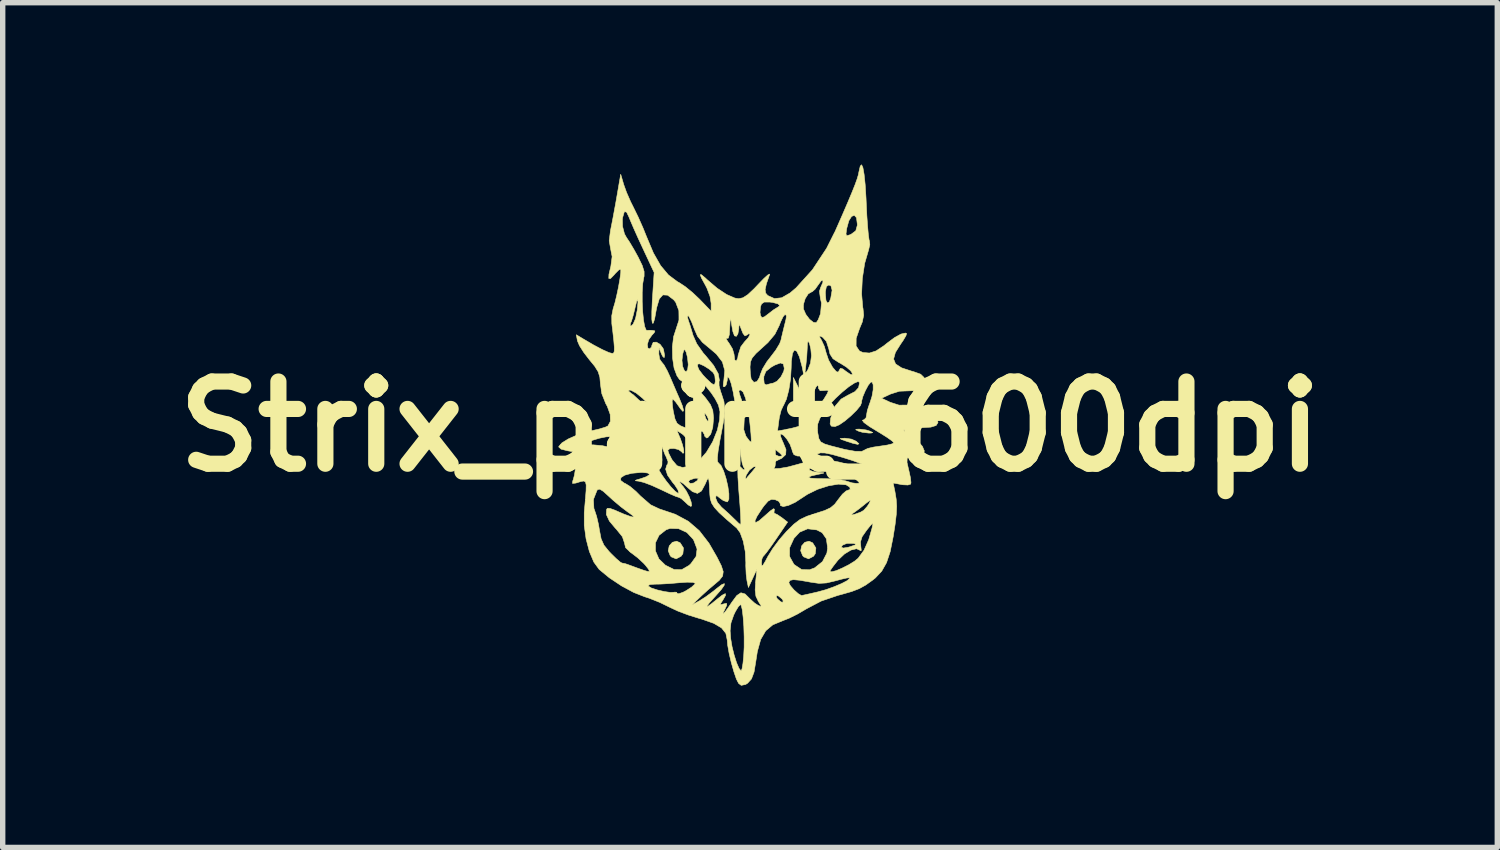
<source format=kicad_pcb>
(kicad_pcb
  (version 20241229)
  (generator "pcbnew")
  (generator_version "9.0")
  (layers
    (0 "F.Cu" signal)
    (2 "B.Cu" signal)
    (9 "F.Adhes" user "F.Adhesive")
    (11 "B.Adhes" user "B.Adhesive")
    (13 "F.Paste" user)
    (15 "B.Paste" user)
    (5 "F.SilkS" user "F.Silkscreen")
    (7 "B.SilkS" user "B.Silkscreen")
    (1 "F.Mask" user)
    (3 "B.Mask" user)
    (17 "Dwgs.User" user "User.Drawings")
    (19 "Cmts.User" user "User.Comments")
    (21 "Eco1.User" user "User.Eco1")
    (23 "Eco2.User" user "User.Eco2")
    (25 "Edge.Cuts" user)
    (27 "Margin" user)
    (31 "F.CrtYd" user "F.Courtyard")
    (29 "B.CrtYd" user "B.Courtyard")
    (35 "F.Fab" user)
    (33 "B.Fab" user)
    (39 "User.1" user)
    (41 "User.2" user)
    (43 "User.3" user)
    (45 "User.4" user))
  (footprint "Strix_paint_600dpi"
    (layer "F.Cu")
    (at 10.857 4.859)
    (property "Reference" "Strix_paint_600dpi" (at 0 0 0) (layer "F.SilkS") (effects (font (size 1.524 1.524) (thickness 0.3))))
    (attr through_hole)
    (fp_poly (pts (xy 0.895 -0.727) (xy 0.986 -0.544) (xy 0.895 -0.453) (xy 0.804 -0.362) (xy 0.804 -0.636) (xy 0.804 -0.91) (xy 0.895 -0.727)) (stroke (width 0.01) (type solid)) (fill yes) (layer "F.SilkS"))
    (fp_poly (pts (xy 1.881 0.233) (xy 1.971 0.274) (xy 2.019 0.319) (xy 1.998 0.331) (xy 1.905 0.31) (xy 1.799 0.276) (xy 1.697 0.241) (xy 1.67 0.224) (xy 1.713 0.218) (xy 1.759 0.216) (xy 1.881 0.233)) (stroke (width 0.01) (type solid)) (fill yes) (layer "F.SilkS"))
    (fp_poly (pts (xy 2.152 0.063) (xy 2.223 0.085) (xy 2.276 0.111) (xy 2.253 0.12) (xy 2.201 0.121) (xy 2.081 0.106) (xy 2.011 0.085) (xy 1.958 0.058) (xy 1.981 0.049) (xy 2.032 0.048) (xy 2.152 0.063)) (stroke (width 0.01) (type solid)) (fill yes) (layer "F.SilkS"))
    (fp_poly (pts (xy -1.295 2.156) (xy -1.234 2.252) (xy -1.245 2.358) (xy -1.278 2.405) (xy -1.37 2.453) (xy -1.459 2.417) (xy -1.48 2.394) (xy -1.517 2.303) (xy -1.498 2.213) (xy -1.44 2.147) (xy -1.361 2.126) (xy -1.295 2.156)) (stroke (width 0.01) (type solid)) (fill yes) (layer "F.SilkS"))
    (fp_poly (pts (xy 1.161 2.156) (xy 1.221 2.252) (xy 1.21 2.358) (xy 1.177 2.405) (xy 1.086 2.453) (xy 0.997 2.417) (xy 0.975 2.394) (xy 0.939 2.303) (xy 0.957 2.213) (xy 1.015 2.147) (xy 1.094 2.126) (xy 1.161 2.156)) (stroke (width 0.01) (type solid)) (fill yes) (layer "F.SilkS"))
    (fp_poly (pts (xy -0.972 -0.689) (xy -0.894 -0.611) (xy -0.828 -0.535) (xy -0.735 -0.408) (xy -0.69 -0.297) (xy -0.677 -0.165) (xy -0.677 -0.152) (xy -0.691 0.016) (xy -0.729 0.141) (xy -0.783 0.206) (xy -0.806 0.212) (xy -0.842 0.177) (xy -0.847 0.148) (xy -0.88 0.092) (xy -0.909 0.085) (xy -0.975 0.051) (xy -1.019 -0.006) (xy -1.047 -0.071) (xy -1.024 -0.08) (xy -1 -0.071) (xy -0.951 -0.055) (xy -0.937 -0.069) (xy -0.956 -0.131) (xy -0.994 -0.225) (xy -0.844 -0.225) (xy -0.82 -0.15) (xy -0.789 -0.101) (xy -0.774 -0.101) (xy -0.776 -0.148) (xy -0.799 -0.198) (xy -0.837 -0.248) (xy -0.844 -0.225) (xy -0.994 -0.225) (xy -0.995 -0.226) (xy -1.031 -0.346) (xy -1.052 -0.48) (xy -1.057 -0.603) (xy -1.045 -0.691) (xy -1.019 -0.72) (xy -0.972 -0.689)) (stroke (width 0.01) (type solid)) (fill yes) (layer "F.SilkS"))
    (fp_poly (pts (xy 2.093 -4.801) (xy 2.115 -4.677) (xy 2.135 -4.487) (xy 2.151 -4.233) (xy 2.155 -4.141) (xy 2.166 -3.912) (xy 2.18 -3.713) (xy 2.194 -3.558) (xy 2.207 -3.463) (xy 2.213 -3.443) (xy 2.221 -3.372) (xy 2.198 -3.274) (xy 2.126 -3.027) (xy 2.082 -2.743) (xy 2.069 -2.46) (xy 2.09 -2.212) (xy 2.095 -2.188) (xy 2.107 -2.063) (xy 2.082 -1.94) (xy 2.032 -1.821) (xy 1.968 -1.636) (xy 1.967 -1.494) (xy 2.028 -1.402) (xy 2.093 -1.373) (xy 2.214 -1.363) (xy 2.337 -1.402) (xy 2.482 -1.498) (xy 2.54 -1.545) (xy 2.679 -1.649) (xy 2.799 -1.715) (xy 2.882 -1.734) (xy 2.903 -1.725) (xy 2.891 -1.684) (xy 2.84 -1.598) (xy 2.794 -1.531) (xy 2.695 -1.373) (xy 2.662 -1.252) (xy 2.699 -1.161) (xy 2.811 -1.088) (xy 3.003 -1.025) (xy 3.037 -1.016) (xy 3.163 -0.971) (xy 3.227 -0.909) (xy 3.243 -0.866) (xy 3.259 -0.752) (xy 3.227 -0.687) (xy 3.136 -0.662) (xy 2.999 -0.664) (xy 2.77 -0.655) (xy 2.606 -0.603) (xy 2.439 -0.525) (xy 2.599 -0.45) (xy 2.763 -0.397) (xy 2.947 -0.399) (xy 2.956 -0.4) (xy 3.147 -0.394) (xy 3.314 -0.331) (xy 3.434 -0.223) (xy 3.468 -0.158) (xy 3.485 -0.073) (xy 3.45 -0.019) (xy 3.352 0.011) (xy 3.183 0.021) (xy 3.145 0.021) (xy 3.001 0.027) (xy 2.895 0.043) (xy 2.851 0.064) (xy 2.876 0.108) (xy 2.955 0.168) (xy 2.994 0.191) (xy 3.113 0.273) (xy 3.196 0.367) (xy 3.232 0.453) (xy 3.209 0.514) (xy 3.205 0.517) (xy 3.125 0.542) (xy 3.044 0.55) (xy 2.955 0.557) (xy 2.913 0.59) (xy 2.911 0.666) (xy 2.942 0.804) (xy 2.945 0.814) (xy 2.973 0.943) (xy 2.984 1.037) (xy 2.979 1.067) (xy 2.927 1.084) (xy 2.827 1.079) (xy 2.805 1.075) (xy 2.654 1.046) (xy 2.688 1.211) (xy 2.71 1.346) (xy 2.719 1.478) (xy 2.712 1.627) (xy 2.69 1.816) (xy 2.654 2.045) (xy 2.599 2.318) (xy 2.531 2.524) (xy 2.442 2.681) (xy 2.323 2.808) (xy 2.275 2.846) (xy 2.145 2.939) (xy 2.024 3.006) (xy 1.885 3.059) (xy 1.7 3.112) (xy 1.628 3.131) (xy 1.319 3.236) (xy 1.045 3.38) (xy 0.885 3.474) (xy 0.724 3.554) (xy 0.602 3.602) (xy 0.423 3.676) (xy 0.291 3.787) (xy 0.198 3.947) (xy 0.136 4.17) (xy 0.107 4.357) (xy 0.075 4.551) (xy 0.027 4.679) (xy -0.045 4.759) (xy -0.081 4.782) (xy -0.163 4.799) (xy -0.212 4.762) (xy -0.252 4.684) (xy -0.299 4.547) (xy -0.347 4.379) (xy -0.388 4.205) (xy -0.415 4.051) (xy -0.423 3.958) (xy -0.448 3.835) (xy -0.486 3.787) (xy -0.369 3.787) (xy -0.359 3.928) (xy -0.334 4.079) (xy -0.295 4.236) (xy -0.25 4.378) (xy -0.205 4.483) (xy -0.168 4.529) (xy -0.165 4.53) (xy -0.148 4.491) (xy -0.131 4.391) (xy -0.118 4.265) (xy -0.109 4.09) (xy -0.109 3.898) (xy -0.115 3.705) (xy -0.128 3.532) (xy -0.144 3.396) (xy -0.164 3.316) (xy -0.177 3.302) (xy -0.215 3.337) (xy -0.27 3.428) (xy -0.302 3.494) (xy -0.354 3.642) (xy -0.369 3.787) (xy -0.486 3.787) (xy -0.528 3.734) (xy -0.672 3.649) (xy -0.89 3.572) (xy -0.953 3.554) (xy -1.146 3.494) (xy -1.339 3.421) (xy -1.493 3.349) (xy -1.503 3.344) (xy -1.673 3.261) (xy -1.866 3.184) (xy -1.956 3.155) (xy -2.157 3.076) (xy -2.385 2.953) (xy -1.889 2.953) (xy -1.887 2.958) (xy -1.831 2.993) (xy -1.722 3.029) (xy -1.593 3.059) (xy -1.476 3.076) (xy -1.403 3.072) (xy -1.399 3.07) (xy -1.359 3.073) (xy -1.355 3.091) (xy -1.322 3.101) (xy -1.238 3.071) (xy -1.185 3.043) (xy -1.084 2.978) (xy -1.024 2.923) (xy -1.016 2.907) (xy -1.056 2.889) (xy -1.168 2.886) (xy -1.323 2.897) (xy -1.498 2.912) (xy -1.66 2.921) (xy -1.771 2.923) (xy -1.859 2.93) (xy -1.889 2.953) (xy -2.385 2.953) (xy -2.385 2.953) (xy -2.609 2.804) (xy -2.797 2.649) (xy -2.896 2.513) (xy -2.979 2.316) (xy -3.04 2.082) (xy -3.074 1.834) (xy -3.074 1.595) (xy -3.053 1.355) (xy -3.053 1.352) (xy -2.904 1.352) (xy -2.895 1.517) (xy -2.88 1.559) (xy -2.845 1.664) (xy -2.81 1.814) (xy -2.792 1.922) (xy -2.761 2.082) (xy -2.709 2.199) (xy -2.615 2.315) (xy -2.578 2.354) (xy -2.48 2.45) (xy -2.405 2.514) (xy -2.375 2.531) (xy -2.319 2.541) (xy -2.265 2.559) (xy -2.083 2.626) (xy -1.966 2.667) (xy -1.9 2.686) (xy -1.869 2.686) (xy -1.866 2.683) (xy -1.881 2.646) (xy -1.94 2.571) (xy -1.972 2.536) (xy -2.082 2.434) (xy -2.194 2.348) (xy -2.212 2.337) (xy -2.244 2.306) (xy -1.754 2.306) (xy -1.689 2.455) (xy -1.569 2.571) (xy -1.407 2.651) (xy -1.266 2.653) (xy -1.131 2.575) (xy -1.097 2.543) (xy -1 2.409) (xy -0.982 2.271) (xy -1.041 2.114) (xy -1.055 2.089) (xy -1.173 1.963) (xy -1.324 1.894) (xy -1.483 1.889) (xy -1.554 1.913) (xy -1.686 2.016) (xy -1.753 2.154) (xy -1.754 2.306) (xy -2.244 2.306) (xy -2.308 2.245) (xy -2.328 2.158) (xy -2.367 2.042) (xy -2.482 1.9) (xy -2.498 1.884) (xy -2.608 1.752) (xy -2.664 1.631) (xy -2.66 1.538) (xy -2.645 1.516) (xy -2.596 1.518) (xy -2.502 1.552) (xy -2.465 1.569) (xy -2.335 1.625) (xy -2.218 1.667) (xy -2.201 1.672) (xy -2.154 1.679) (xy -2.172 1.653) (xy -2.259 1.589) (xy -2.265 1.586) (xy -2.396 1.487) (xy -2.542 1.364) (xy -2.616 1.296) (xy -2.721 1.201) (xy -2.785 1.161) (xy -2.824 1.169) (xy -2.838 1.185) (xy -2.904 1.352) (xy -3.053 1.352) (xy -3.04 1.188) (xy -3.038 1.083) (xy -3.051 1.027) (xy -3.082 1.01) (xy -3.133 1.018) (xy -3.21 1.042) (xy -3.235 1.049) (xy -3.292 1.054) (xy -3.287 1.008) (xy -3.283 0.998) (xy -2.4 0.998) (xy -2.333 1.048) (xy -2.313 1.056) (xy -2.227 1.109) (xy -2.115 1.203) (xy -2.03 1.289) (xy -1.843 1.451) (xy -1.682 1.527) (xy -1.385 1.627) (xy -1.143 1.757) (xy -0.941 1.931) (xy -0.761 2.164) (xy -0.614 2.419) (xy -0.533 2.58) (xy -0.497 2.69) (xy -0.508 2.772) (xy -0.568 2.849) (xy -0.677 2.942) (xy -0.775 3.025) (xy -0.892 3.131) (xy -0.931 3.168) (xy -1.079 3.309) (xy -0.938 3.232) (xy -0.818 3.155) (xy -0.681 3.054) (xy -0.631 3.013) (xy -0.527 2.933) (xy -0.476 2.912) (xy -0.479 2.943) (xy -0.533 3.022) (xy -0.638 3.141) (xy -0.649 3.153) (xy -0.754 3.268) (xy -0.799 3.33) (xy -0.784 3.335) (xy -0.71 3.282) (xy -0.633 3.219) (xy -0.518 3.128) (xy -0.458 3.097) (xy -0.453 3.128) (xy -0.496 3.205) (xy -0.544 3.281) (xy -0.544 3.304) (xy -0.497 3.291) (xy -0.437 3.277) (xy -0.431 3.311) (xy -0.467 3.389) (xy -0.501 3.461) (xy -0.493 3.47) (xy -0.452 3.424) (xy -0.385 3.329) (xy -0.339 3.26) (xy -0.246 3.134) (xy -0.169 3.082) (xy -0.092 3.104) (xy -0.001 3.195) (xy -0.000001 3.196) (xy 0.085 3.273) (xy 0.143 3.311) (xy 0.2 3.338) (xy 0.205 3.323) (xy 0.16 3.251) (xy 0.154 3.242) (xy 0.115 3.158) (xy 0.485 3.158) (xy 0.508 3.196) (xy 0.572 3.25) (xy 0.603 3.26) (xy 0.616 3.234) (xy 0.593 3.196) (xy 0.529 3.143) (xy 0.498 3.133) (xy 0.485 3.158) (xy 0.115 3.158) (xy 0.109 3.147) (xy 0.095 3.03) (xy 0.103 2.897) (xy 0.72 2.897) (xy 0.749 2.953) (xy 0.817 3.031) (xy 0.895 3.1) (xy 0.953 3.133) (xy 0.956 3.133) (xy 1 3.124) (xy 1.105 3.101) (xy 1.248 3.068) (xy 1.257 3.066) (xy 1.409 3.024) (xy 1.562 2.969) (xy 1.699 2.911) (xy 1.8 2.858) (xy 1.847 2.817) (xy 1.846 2.805) (xy 1.8 2.807) (xy 1.697 2.83) (xy 1.586 2.86) (xy 1.418 2.9) (xy 1.279 2.908) (xy 1.118 2.885) (xy 1.109 2.883) (xy 0.922 2.85) (xy 0.803 2.839) (xy 0.74 2.853) (xy 0.72 2.891) (xy 0.72 2.897) (xy 0.103 2.897) (xy 0.103 2.887) (xy 0.124 2.683) (xy 1.482 2.683) (xy 1.514 2.694) (xy 1.598 2.672) (xy 1.71 2.624) (xy 1.831 2.563) (xy 1.938 2.497) (xy 2.005 2.442) (xy 2.114 2.293) (xy 2.201 2.097) (xy 2.262 1.884) (xy 2.277 1.813) (xy 2.27 1.796) (xy 2.229 1.839) (xy 2.161 1.924) (xy 2.078 2.043) (xy 2.048 2.138) (xy 2.054 2.22) (xy 2.063 2.297) (xy 2.047 2.302) (xy 2.042 2.296) (xy 1.975 2.265) (xy 1.872 2.29) (xy 1.752 2.362) (xy 1.634 2.474) (xy 1.614 2.498) (xy 1.538 2.596) (xy 1.49 2.665) (xy 1.482 2.683) (xy 0.124 2.683) (xy 0.127 2.646) (xy 0.049 2.815) (xy -0.03 2.985) (xy -0.057 2.857) (xy -0.072 2.737) (xy -0.079 2.582) (xy -0.078 2.519) (xy -0.089 2.316) (xy -0.126 2.125) (xy -0.182 1.971) (xy -0.246 1.883) (xy -0.437 1.72) (xy -0.572 1.597) (xy -0.66 1.501) (xy -0.712 1.42) (xy -0.737 1.341) (xy -0.745 1.265) (xy -0.754 1.091) (xy -0.763 0.992) (xy -0.776 0.961) (xy -0.796 0.986) (xy -0.829 1.061) (xy -0.831 1.066) (xy -0.9 1.194) (xy -0.975 1.24) (xy -1.067 1.207) (xy -1.144 1.142) (xy -1.236 1.059) (xy -1.292 1.021) (xy -1.143 1.021) (xy -1.113 1.055) (xy -1.048 1.048) (xy -0.982 1.004) (xy -0.978 1.001) (xy -0.958 0.961) (xy -1.003 0.957) (xy -1.037 0.963) (xy -1.116 0.991) (xy -1.143 1.021) (xy -1.292 1.021) (xy -1.292 1.021) (xy -1.304 1.029) (xy -1.262 1.088) (xy -1.241 1.111) (xy -1.181 1.196) (xy -1.128 1.3) (xy -1.092 1.399) (xy -1.082 1.466) (xy -1.096 1.482) (xy -1.147 1.453) (xy -1.206 1.397) (xy -1.277 1.334) (xy -1.323 1.312) (xy -1.377 1.295) (xy -1.486 1.248) (xy -1.627 1.181) (xy -1.663 1.164) (xy -1.821 1.092) (xy -1.963 1.038) (xy -2.062 1.013) (xy -2.072 1.012) (xy -2.127 1.005) (xy -2.11 0.991) (xy -2.021 0.965) (xy -1.92 0.929) (xy -1.866 0.893) (xy -1.863 0.885) (xy -1.9 0.861) (xy -1.993 0.851) (xy -2.021 0.851) (xy -2.195 0.867) (xy -2.322 0.901) (xy -2.394 0.947) (xy -2.4 0.998) (xy -3.283 0.998) (xy -3.28 0.991) (xy -3.256 0.902) (xy -3.235 0.768) (xy -3.227 0.694) (xy -3.21 0.478) (xy -3.386 0.449) (xy -3.503 0.419) (xy -3.547 0.379) (xy -3.545 0.369) (xy -3.516 0.335) (xy -3.111 0.335) (xy -2.9 0.34) (xy -2.739 0.355) (xy -2.586 0.387) (xy -2.54 0.402) (xy -2.412 0.448) (xy -2.356 0.456) (xy -2.365 0.423) (xy -2.428 0.354) (xy -2.501 0.272) (xy -2.539 0.211) (xy -2.54 0.204) (xy -2.576 0.186) (xy -2.668 0.191) (xy -2.792 0.216) (xy -2.925 0.256) (xy -2.985 0.28) (xy -3.111 0.335) (xy -3.516 0.335) (xy -3.489 0.304) (xy -3.372 0.231) (xy -3.215 0.161) (xy -3.04 0.102) (xy -2.937 0.078) (xy -2.794 0.045) (xy -2.682 0.011) (xy -2.635 -0.011) (xy -2.589 -0.097) (xy -2.593 -0.226) (xy -2.647 -0.375) (xy -2.674 -0.423) (xy -2.748 -0.609) (xy -2.756 -0.661) (xy -2.256 -0.661) (xy -2.202 -0.614) (xy -2.167 -0.591) (xy -2.024 -0.458) (xy -1.91 -0.257) (xy -1.832 -0.001) (xy -1.795 0.295) (xy -1.795 0.301) (xy -1.776 0.516) (xy -1.74 0.69) (xy -1.709 0.772) (xy -1.641 0.887) (xy -1.556 1.007) (xy -1.468 1.117) (xy -1.389 1.199) (xy -1.336 1.237) (xy -1.321 1.232) (xy -1.337 1.174) (xy -1.396 1.083) (xy -1.436 1.035) (xy -1.529 0.902) (xy -1.565 0.79) (xy -1.541 0.711) (xy -1.526 0.7) (xy -1.52 0.651) (xy -1.556 0.559) (xy -1.574 0.526) (xy -1.643 0.346) (xy -1.675 0.124) (xy -1.711 -0.116) (xy -1.777 -0.273) (xy -1.872 -0.402) (xy -1.99 -0.523) (xy -2.109 -0.62) (xy -2.207 -0.673) (xy -2.235 -0.677) (xy -2.256 -0.661) (xy -2.756 -0.661) (xy -2.774 -0.791) (xy -2.785 -0.916) (xy -2.816 -1.016) (xy -2.88 -1.119) (xy -2.981 -1.242) (xy -3.083 -1.375) (xy -3.162 -1.499) (xy -3.2 -1.588) (xy -3.2 -1.588) (xy -3.221 -1.702) (xy -3.081 -1.618) (xy -2.898 -1.511) (xy -2.737 -1.426) (xy -2.614 -1.371) (xy -2.552 -1.355) (xy -2.529 -1.363) (xy -2.517 -1.397) (xy -2.516 -1.47) (xy -2.526 -1.594) (xy -2.547 -1.782) (xy -2.558 -1.869) (xy -2.223 -1.869) (xy -2.206 -1.863) (xy -2.168 -1.899) (xy -2.128 -1.99) (xy -2.119 -2.021) (xy -2.09 -2.164) (xy -2.078 -2.297) (xy -2.078 -2.307) (xy -2.085 -2.356) (xy -2.101 -2.326) (xy -2.129 -2.215) (xy -2.132 -2.201) (xy -2.166 -2.063) (xy -2.198 -1.955) (xy -2.216 -1.916) (xy -2.223 -1.869) (xy -2.558 -1.869) (xy -2.563 -1.913) (xy -2.564 -2.054) (xy -2.539 -2.182) (xy -2.537 -2.188) (xy -2.506 -2.29) (xy -2.472 -2.43) (xy -2.439 -2.586) (xy -2.413 -2.735) (xy -2.397 -2.852) (xy -2.396 -2.915) (xy -2.398 -2.919) (xy -2.434 -2.903) (xy -2.499 -2.838) (xy -2.519 -2.814) (xy -2.587 -2.744) (xy -2.619 -2.746) (xy -2.616 -2.822) (xy -2.58 -2.974) (xy -2.58 -2.976) (xy -2.557 -3.151) (xy -2.583 -3.284) (xy -2.611 -3.444) (xy -2.588 -3.631) (xy -2.562 -3.762) (xy -2.543 -3.859) (xy -2.367 -3.859) (xy -2.364 -3.712) (xy -2.328 -3.573) (xy -2.293 -3.509) (xy -2.233 -3.419) (xy -2.153 -3.284) (xy -2.076 -3.145) (xy -1.999 -2.987) (xy -1.964 -2.875) (xy -1.964 -2.787) (xy -1.97 -2.764) (xy -1.99 -2.646) (xy -1.999 -2.489) (xy -1.999 -2.312) (xy -1.991 -2.134) (xy -1.975 -1.975) (xy -1.953 -1.853) (xy -1.926 -1.789) (xy -1.913 -1.784) (xy -1.849 -1.785) (xy -1.81 -1.783) (xy -1.763 -1.773) (xy -1.776 -1.741) (xy -1.82 -1.693) (xy -1.878 -1.61) (xy -1.904 -1.521) (xy -1.894 -1.456) (xy -1.863 -1.439) (xy -1.826 -1.474) (xy -1.82 -1.506) (xy -1.795 -1.562) (xy -1.737 -1.565) (xy -1.668 -1.525) (xy -1.613 -1.451) (xy -1.602 -1.42) (xy -1.584 -1.318) (xy -1.593 -1.277) (xy -1.623 -1.306) (xy -1.647 -1.359) (xy -1.688 -1.46) (xy -1.691 -1.346) (xy -1.675 -1.249) (xy -1.64 -1.198) (xy -1.595 -1.143) (xy -1.535 -1.035) (xy -1.487 -0.931) (xy -1.416 -0.765) (xy -1.343 -0.596) (xy -1.308 -0.517) (xy -1.253 -0.38) (xy -1.232 -0.299) (xy -1.244 -0.28) (xy -1.29 -0.33) (xy -1.317 -0.37) (xy -1.381 -0.459) (xy -1.428 -0.506) (xy -1.435 -0.508) (xy -1.444 -0.47) (xy -1.437 -0.374) (xy -1.422 -0.277) (xy -1.391 -0.139) (xy -1.353 -0.06) (xy -1.291 -0.015) (xy -1.251 0.002) (xy -1.112 0.058) (xy -1.034 0.111) (xy -0.998 0.185) (xy -0.984 0.303) (xy -0.983 0.322) (xy -0.972 0.529) (xy -1.068 0.364) (xy -1.15 0.247) (xy -1.236 0.155) (xy -1.259 0.137) (xy -1.355 0.074) (xy -1.291 0.226) (xy -1.252 0.338) (xy -1.23 0.431) (xy -1.228 0.49) (xy -1.248 0.494) (xy -1.267 0.469) (xy -1.325 0.427) (xy -1.41 0.406) (xy -1.488 0.409) (xy -1.524 0.441) (xy -1.524 0.443) (xy -1.503 0.505) (xy -1.453 0.603) (xy -1.44 0.624) (xy -1.354 0.726) (xy -1.251 0.759) (xy -1.109 0.73) (xy -1.078 0.719) (xy -0.942 0.63) (xy -0.809 0.477) (xy -0.693 0.283) (xy -0.606 0.067) (xy -0.564 -0.128) (xy -0.557 -0.276) (xy -0.585 -0.397) (xy -0.647 -0.516) (xy -0.718 -0.622) (xy -0.808 -0.734) (xy -0.9 -0.837) (xy -0.983 -0.916) (xy -1.04 -0.956) (xy -1.058 -0.948) (xy -1.031 -0.884) (xy -1.008 -0.855) (xy -0.992 -0.822) (xy -1.041 -0.807) (xy -1.114 -0.804) (xy -1.231 -0.818) (xy -1.308 -0.873) (xy -1.355 -0.942) (xy -1.408 -1.083) (xy -1.43 -1.228) (xy -1.262 -1.228) (xy -1.25 -1.116) (xy -1.217 -1.036) (xy -1.185 -1.016) (xy -1.157 -1.053) (xy -1.149 -1.119) (xy -0.974 -1.119) (xy -0.945 -1.051) (xy -0.872 -0.955) (xy -0.816 -0.895) (xy -0.724 -0.808) (xy -0.675 -0.775) (xy -0.653 -0.791) (xy -0.643 -0.838) (xy -0.653 -0.943) (xy -0.682 -1) (xy -0.757 -1.065) (xy -0.854 -1.126) (xy -0.937 -1.163) (xy -0.969 -1.157) (xy -0.974 -1.119) (xy -1.149 -1.119) (xy -1.146 -1.143) (xy -1.146 -1.154) (xy -1.159 -1.279) (xy -1.183 -1.376) (xy -1.21 -1.428) (xy -1.23 -1.409) (xy -1.249 -1.344) (xy -1.262 -1.228) (xy -1.43 -1.228) (xy -1.436 -1.273) (xy -1.44 -1.478) (xy -1.417 -1.667) (xy -1.376 -1.793) (xy -1.318 -1.972) (xy -1.318 -2.043) (xy -1.164 -2.043) (xy -1.146 -1.976) (xy -1.11 -1.869) (xy -1.068 -1.73) (xy -1.058 -1.694) (xy -0.988 -1.535) (xy -0.868 -1.364) (xy -0.825 -1.316) (xy -0.676 -1.135) (xy -0.589 -0.979) (xy -0.568 -0.858) (xy -0.575 -0.831) (xy -0.574 -0.756) (xy -0.544 -0.645) (xy -0.532 -0.614) (xy -0.483 -0.461) (xy -0.469 -0.303) (xy -0.489 -0.111) (xy -0.507 -0.014) (xy -0.558 0.254) (xy -0.591 0.448) (xy -0.605 0.576) (xy -0.603 0.648) (xy -0.588 0.671) (xy -0.538 0.722) (xy -0.489 0.826) (xy -0.445 0.962) (xy -0.411 1.108) (xy -0.392 1.243) (xy -0.392 1.346) (xy -0.417 1.395) (xy -0.425 1.397) (xy -0.497 1.371) (xy -0.558 1.327) (xy -0.615 1.281) (xy -0.634 1.295) (xy -0.635 1.332) (xy -0.605 1.405) (xy -0.529 1.495) (xy -0.503 1.518) (xy -0.392 1.617) (xy -0.292 1.714) (xy -0.281 1.724) (xy -0.213 1.791) (xy -0.174 1.82) (xy -0.174 1.82) (xy -0.17 1.781) (xy -0.171 1.752) (xy 0.09 1.752) (xy 0.104 1.781) (xy 0.17 1.746) (xy 0.281 1.649) (xy 0.376 1.565) (xy 0.437 1.523) (xy 0.452 1.533) (xy 0.452 1.535) (xy 0.444 1.596) (xy 0.456 1.61) (xy 0.508 1.634) (xy 0.591 1.69) (xy 0.592 1.691) (xy 0.697 1.772) (xy 0.486 2.082) (xy 0.389 2.222) (xy 0.307 2.333) (xy 0.254 2.397) (xy 0.244 2.406) (xy 0.22 2.454) (xy 0.212 2.531) (xy 0.218 2.58) (xy 0.24 2.57) (xy 0.286 2.494) (xy 0.328 2.414) (xy 0.331 2.409) (xy 0.733 2.409) (xy 0.812 2.551) (xy 0.824 2.563) (xy 0.957 2.651) (xy 1.102 2.656) (xy 1.199 2.62) (xy 1.344 2.504) (xy 1.425 2.347) (xy 1.438 2.251) (xy 1.437 2.238) (xy 1.693 2.238) (xy 1.729 2.253) (xy 1.822 2.238) (xy 1.852 2.229) (xy 1.945 2.197) (xy 1.963 2.179) (xy 1.913 2.166) (xy 1.913 2.166) (xy 1.794 2.167) (xy 1.713 2.2) (xy 1.693 2.238) (xy 1.437 2.238) (xy 1.415 2.08) (xy 1.337 1.968) (xy 1.239 1.917) (xy 1.068 1.896) (xy 0.921 1.958) (xy 0.815 2.072) (xy 0.734 2.248) (xy 0.733 2.409) (xy 0.331 2.409) (xy 0.419 2.266) (xy 0.544 2.097) (xy 0.677 1.944) (xy 0.677 1.944) (xy 0.812 1.811) (xy 0.927 1.724) (xy 1.056 1.663) (xy 1.14 1.636) (xy 1.872 1.636) (xy 1.894 1.638) (xy 1.947 1.625) (xy 2.051 1.587) (xy 2.108 1.554) (xy 2.173 1.481) (xy 2.21 1.423) (xy 2.232 1.374) (xy 2.213 1.376) (xy 2.141 1.43) (xy 2.129 1.441) (xy 2.023 1.525) (xy 1.931 1.593) (xy 1.921 1.599) (xy 1.872 1.636) (xy 1.14 1.636) (xy 1.218 1.61) (xy 1.384 1.557) (xy 1.494 1.505) (xy 1.57 1.441) (xy 1.636 1.353) (xy 1.713 1.254) (xy 1.782 1.194) (xy 1.805 1.185) (xy 1.858 1.165) (xy 1.848 1.122) (xy 1.782 1.081) (xy 1.779 1.08) (xy 1.638 1.068) (xy 1.455 1.099) (xy 1.255 1.163) (xy 1.067 1.255) (xy 0.972 1.317) (xy 0.837 1.405) (xy 0.713 1.462) (xy 0.616 1.484) (xy 0.564 1.465) (xy 0.561 1.432) (xy 0.534 1.387) (xy 0.466 1.356) (xy 0.397 1.35) (xy 0.335 1.383) (xy 0.26 1.469) (xy 0.222 1.522) (xy 0.129 1.665) (xy 0.09 1.752) (xy -0.171 1.752) (xy -0.173 1.676) (xy -0.182 1.524) (xy -0.189 1.429) (xy -0.211 1.152) (xy -0.223 0.957) (xy -0.085 0.957) (xy -0.075 0.972) (xy -0.074 0.97) (xy -0.05 0.941) (xy 1.085 0.941) (xy 1.123 0.957) (xy 1.243 0.965) (xy 1.361 0.966) (xy 1.531 0.971) (xy 1.68 0.986) (xy 1.776 1.008) (xy 1.778 1.009) (xy 1.891 1.044) (xy 1.968 1.054) (xy 2.024 1.051) (xy 2.017 1.028) (xy 1.961 0.979) (xy 1.871 0.929) (xy 1.731 0.879) (xy 1.601 0.846) (xy 1.459 0.812) (xy 1.353 0.777) (xy 1.308 0.752) (xy 1.254 0.734) (xy 1.167 0.744) (xy 1.098 0.775) (xy 1.105 0.809) (xy 1.176 0.837) (xy 1.291 0.851) (xy 1.365 0.856) (xy 1.366 0.864) (xy 1.289 0.881) (xy 1.259 0.887) (xy 1.13 0.917) (xy 1.085 0.941) (xy -0.05 0.941) (xy -0.042 0.93) (xy 0.025 0.853) (xy 0.041 0.834) (xy 0.101 0.76) (xy 0.101 0.736) (xy 0.072 0.743) (xy -0.009 0.805) (xy -0.07 0.899) (xy -0.085 0.957) (xy -0.223 0.957) (xy -0.224 0.951) (xy -0.227 0.818) (xy -0.222 0.744) (xy -0.208 0.721) (xy -0.186 0.74) (xy -0.131 0.794) (xy -0.107 0.804) (xy -0.101 0.779) (xy -0.122 0.747) (xy -0.128 0.731) (xy 0.348 0.731) (xy 0.359 0.765) (xy 0.428 0.781) (xy 0.546 0.777) (xy 0.703 0.75) (xy 0.889 0.7) (xy 1.106 0.638) (xy 1.282 0.612) (xy 1.453 0.619) (xy 1.653 0.659) (xy 1.713 0.674) (xy 1.942 0.73) (xy 2.093 0.757) (xy 2.164 0.758) (xy 2.156 0.735) (xy 2.069 0.692) (xy 1.903 0.631) (xy 1.716 0.572) (xy 1.521 0.517) (xy 1.389 0.49) (xy 1.304 0.488) (xy 1.261 0.504) (xy 1.174 0.532) (xy 1.044 0.549) (xy 0.994 0.55) (xy 0.875 0.546) (xy 0.814 0.521) (xy 0.786 0.463) (xy 0.777 0.426) (xy 0.743 0.332) (xy 0.686 0.237) (xy 0.624 0.164) (xy 0.575 0.137) (xy 0.564 0.141) (xy 0.568 0.188) (xy 0.604 0.277) (xy 0.611 0.29) (xy 0.667 0.428) (xy 0.661 0.521) (xy 0.589 0.588) (xy 0.532 0.615) (xy 0.402 0.68) (xy 0.348 0.731) (xy -0.128 0.731) (xy -0.145 0.681) (xy -0.168 0.554) (xy -0.188 0.385) (xy -0.191 0.339) (xy 0.299 0.339) (xy 0.315 0.389) (xy 0.381 0.466) (xy 0.456 0.52) (xy 0.534 0.551) (xy 0.586 0.549) (xy 0.593 0.534) (xy 0.562 0.501) (xy 0.486 0.437) (xy 0.445 0.405) (xy 0.345 0.342) (xy 0.299 0.339) (xy -0.191 0.339) (xy -0.195 0.292) (xy -0.215 0.05) (xy -0.243 -0.198) (xy -0.276 -0.433) (xy -0.312 -0.637) (xy -0.315 -0.651) (xy -0.207 -0.651) (xy -0.19 -0.587) (xy -0.148 -0.465) (xy -0.147 -0.462) (xy -0.102 -0.217) (xy -0.109 -0.097) (xy -0.116 0.057) (xy -0.078 0.174) (xy -0.065 0.194) (xy -0.011 0.266) (xy 0.021 0.29) (xy 0.021 0.289) (xy 0.023 0.243) (xy 0.017 0.134) (xy 0.012 0.082) (xy 0.51 0.082) (xy 0.647 0.058) (xy 0.661 0.055) (xy 1.25 0.055) (xy 1.256 0.117) (xy 1.276 0.223) (xy 1.311 0.284) (xy 1.385 0.324) (xy 1.498 0.358) (xy 1.76 0.425) (xy 1.95 0.459) (xy 2.072 0.461) (xy 2.133 0.431) (xy 2.134 0.429) (xy 2.186 0.405) (xy 2.295 0.38) (xy 2.412 0.363) (xy 2.546 0.343) (xy 2.638 0.32) (xy 2.667 0.301) (xy 2.633 0.266) (xy 2.543 0.202) (xy 2.416 0.122) (xy 2.39 0.107) (xy 2.214 -0.001) (xy 2.112 -0.075) (xy 2.083 -0.116) (xy 2.114 -0.127) (xy 2.151 -0.162) (xy 2.159 -0.206) (xy 2.175 -0.297) (xy 2.214 -0.417) (xy 2.223 -0.438) (xy 2.262 -0.561) (xy 2.283 -0.681) (xy 2.283 -0.776) (xy 2.263 -0.825) (xy 2.239 -0.823) (xy 2.192 -0.766) (xy 2.138 -0.665) (xy 2.091 -0.554) (xy 2.068 -0.468) (xy 2.069 -0.448) (xy 2.047 -0.389) (xy 1.975 -0.301) (xy 1.872 -0.2) (xy 1.759 -0.104) (xy 1.654 -0.032) (xy 1.577 -0.00021) (xy 1.573 0) (xy 1.507 -0.008) (xy 1.485 -0.049) (xy 1.494 -0.147) (xy 1.495 -0.153) (xy 1.562 -0.36) (xy 1.689 -0.509) (xy 1.813 -0.58) (xy 1.946 -0.648) (xy 2.013 -0.722) (xy 2.031 -0.815) (xy 2.005 -0.836) (xy 1.934 -0.806) (xy 1.831 -0.738) (xy 1.712 -0.641) (xy 1.588 -0.527) (xy 1.474 -0.407) (xy 1.383 -0.292) (xy 1.375 -0.28) (xy 1.293 -0.147) (xy 1.255 -0.046) (xy 1.25 0.055) (xy 0.661 0.055) (xy 0.791 0.027) (xy 0.922 -0.008) (xy 1.009 -0.05) (xy 1.1 -0.133) (xy 1.208 -0.271) (xy 1.276 -0.369) (xy 1.377 -0.52) (xy 1.433 -0.612) (xy 1.451 -0.66) (xy 1.433 -0.674) (xy 1.385 -0.669) (xy 1.381 -0.668) (xy 1.299 -0.665) (xy 1.269 -0.709) (xy 1.267 -0.736) (xy 1.256 -0.772) (xy 1.225 -0.735) (xy 1.185 -0.656) (xy 1.139 -0.571) (xy 1.109 -0.546) (xy 1.104 -0.561) (xy 1.081 -0.624) (xy 1.058 -0.635) (xy 1.028 -0.672) (xy 1.016 -0.759) (xy 1.007 -0.873) (xy 0.984 -1.017) (xy 1.021 -1.017) (xy 1.026 -0.987) (xy 1.054 -1.023) (xy 1.075 -1.058) (xy 1.121 -1.176) (xy 1.139 -1.312) (xy 1.139 -1.312) (xy 1.127 -1.44) (xy 1.102 -1.543) (xy 1.101 -1.545) (xy 1.077 -1.583) (xy 1.065 -1.551) (xy 1.061 -1.46) (xy 1.052 -1.297) (xy 1.035 -1.131) (xy 1.034 -1.122) (xy 1.021 -1.017) (xy 0.984 -1.017) (xy 0.983 -1.024) (xy 0.966 -1.108) (xy 0.915 -1.295) (xy 0.865 -1.398) (xy 0.821 -1.418) (xy 0.787 -1.355) (xy 0.766 -1.208) (xy 0.763 -1.088) (xy 0.751 -0.88) (xy 0.719 -0.677) (xy 0.674 -0.506) (xy 0.62 -0.39) (xy 0.614 -0.381) (xy 0.577 -0.302) (xy 0.545 -0.177) (xy 0.536 -0.118) (xy 0.51 0.082) (xy 0.012 0.082) (xy 0.002 -0.019) (xy -0.005 -0.085) (xy -0.041 -0.338) (xy -0.083 -0.526) (xy -0.129 -0.641) (xy -0.174 -0.677) (xy -0.201 -0.674) (xy -0.207 -0.651) (xy -0.315 -0.651) (xy -0.348 -0.793) (xy -0.379 -0.881) (xy -0.411 -0.924) (xy -0.421 -0.891) (xy -0.422 -0.86) (xy -0.442 -0.773) (xy -0.47 -0.738) (xy -0.498 -0.744) (xy -0.492 -0.822) (xy -0.487 -0.845) (xy -0.468 -1.038) (xy -0.486 -1.102) (xy 0 -1.102) (xy 0.006 -0.979) (xy 0.02 -0.888) (xy 0.023 -0.878) (xy 0.071 -0.821) (xy 0.128 -0.834) (xy 0.16 -0.885) (xy 0.254 -0.885) (xy 0.263 -0.795) (xy 0.298 -0.772) (xy 0.321 -0.779) (xy 0.402 -0.801) (xy 0.427 -0.804) (xy 0.501 -0.84) (xy 0.575 -0.924) (xy 0.626 -1.026) (xy 0.635 -1.079) (xy 0.618 -1.16) (xy 0.562 -1.179) (xy 0.458 -1.139) (xy 0.392 -1.101) (xy 0.294 -1.023) (xy 0.257 -0.932) (xy 0.254 -0.885) (xy 0.16 -0.885) (xy 0.176 -0.91) (xy 0.189 -0.959) (xy 0.232 -1.069) (xy 0.313 -1.203) (xy 0.383 -1.293) (xy 0.478 -1.418) (xy 0.549 -1.536) (xy 0.573 -1.6) (xy 0.586 -1.658) (xy 1.291 -1.658) (xy 1.325 -1.601) (xy 1.378 -1.486) (xy 1.412 -1.365) (xy 1.456 -1.234) (xy 1.528 -1.104) (xy 1.532 -1.098) (xy 1.597 -1.021) (xy 1.634 -1.008) (xy 1.652 -1.039) (xy 1.676 -1.08) (xy 1.719 -1.069) (xy 1.78 -1.023) (xy 1.864 -0.966) (xy 1.903 -0.961) (xy 1.885 -1.008) (xy 1.861 -1.039) (xy 1.788 -1.102) (xy 1.677 -1.172) (xy 1.647 -1.187) (xy 1.538 -1.258) (xy 1.482 -1.346) (xy 1.461 -1.439) (xy 1.416 -1.578) (xy 1.348 -1.655) (xy 1.292 -1.681) (xy 1.291 -1.658) (xy 0.586 -1.658) (xy 0.601 -1.722) (xy 0.635 -1.861) (xy 0.637 -1.868) (xy 0.667 -1.99) (xy 0.675 -2.052) (xy 0.66 -2.073) (xy 0.645 -2.074) (xy 0.614 -2.038) (xy 0.569 -1.945) (xy 0.541 -1.872) (xy 0.461 -1.711) (xy 0.332 -1.557) (xy 0.234 -1.468) (xy 0.111 -1.356) (xy 0.04 -1.273) (xy 0.008 -1.198) (xy 0.00001 -1.107) (xy 0 -1.102) (xy -0.486 -1.102) (xy -0.512 -1.198) (xy -0.625 -1.345) (xy -0.74 -1.443) (xy -0.883 -1.562) (xy -0.936 -1.629) (xy -0.445 -1.629) (xy -0.409 -1.572) (xy -0.391 -1.548) (xy -0.326 -1.441) (xy -0.297 -1.342) (xy -0.296 -1.335) (xy -0.284 -1.236) (xy -0.256 -1.213) (xy -0.228 -1.268) (xy -0.22 -1.324) (xy -0.171 -1.479) (xy -0.104 -1.568) (xy -0.033 -1.647) (xy -0.000207 -1.706) (xy 0 -1.709) (xy -0.022 -1.723) (xy -0.052 -1.7) (xy -0.094 -1.681) (xy -0.13 -1.726) (xy -0.155 -1.787) (xy -0.189 -1.876) (xy -0.203 -1.889) (xy -0.208 -1.83) (xy -0.208 -1.812) (xy -0.225 -1.719) (xy -0.253 -1.673) (xy -0.288 -1.682) (xy -0.318 -1.761) (xy -0.346 -1.917) (xy -0.352 -1.968) (xy -0.361 -1.999) (xy -0.369 -1.954) (xy -0.375 -1.85) (xy -0.383 -1.708) (xy -0.402 -1.64) (xy -0.432 -1.635) (xy -0.433 -1.636) (xy -0.445 -1.629) (xy -0.936 -1.629) (xy -0.973 -1.674) (xy -1.033 -1.809) (xy -1.038 -1.823) (xy -1.085 -1.946) (xy -1.128 -2.033) (xy -1.146 -2.055) (xy -1.164 -2.043) (xy -1.318 -2.043) (xy -1.319 -2.117) (xy 0.185 -2.117) (xy 0.195 -2.057) (xy 0.221 -2.02) (xy 0.268 -2.035) (xy 0.342 -2.091) (xy 0.436 -2.164) (xy 0.51 -2.21) (xy 0.517 -2.213) (xy 0.553 -2.243) (xy 0.531 -2.263) (xy 0.99 -2.263) (xy 0.991 -2.179) (xy 1.035 -2.079) (xy 1.104 -1.988) (xy 1.177 -1.931) (xy 1.228 -1.926) (xy 1.264 -1.98) (xy 1.303 -2.081) (xy 1.308 -2.099) (xy 1.325 -2.289) (xy 1.306 -2.37) (xy 1.294 -2.455) (xy 1.397 -2.455) (xy 1.408 -2.339) (xy 1.436 -2.289) (xy 1.471 -2.313) (xy 1.497 -2.381) (xy 1.522 -2.528) (xy 1.5 -2.609) (xy 1.46 -2.625) (xy 1.416 -2.597) (xy 1.398 -2.504) (xy 1.397 -2.455) (xy 1.294 -2.455) (xy 1.287 -2.508) (xy 1.309 -2.577) (xy 1.351 -2.674) (xy 1.351 -2.718) (xy 1.316 -2.698) (xy 1.27 -2.635) (xy 1.206 -2.546) (xy 1.153 -2.5) (xy 1.145 -2.498) (xy 1.08 -2.461) (xy 1.023 -2.372) (xy 0.99 -2.263) (xy 0.531 -2.263) (xy 0.518 -2.275) (xy 0.422 -2.301) (xy 0.367 -2.308) (xy 0.263 -2.308) (xy 0.213 -2.273) (xy 0.194 -2.222) (xy 0.185 -2.117) (xy -1.319 -2.117) (xy -1.32 -2.152) (xy -1.379 -2.306) (xy -1.416 -2.351) (xy -1.528 -2.436) (xy -1.616 -2.441) (xy -1.683 -2.366) (xy -1.73 -2.209) (xy -1.74 -2.157) (xy -1.769 -1.996) (xy -1.794 -1.917) (xy -1.811 -1.916) (xy -1.821 -1.988) (xy -1.821 -2.131) (xy -1.812 -2.342) (xy -1.81 -2.362) (xy -1.778 -2.857) (xy -1.986 -3.302) (xy -2.075 -3.494) (xy -2.155 -3.672) (xy -2.216 -3.814) (xy -2.246 -3.887) (xy -2.288 -3.975) (xy -2.323 -3.985) (xy -2.334 -3.972) (xy -2.367 -3.859) (xy -2.543 -3.859) (xy -2.527 -3.946) (xy -2.489 -4.152) (xy -2.471 -4.255) (xy -2.398 -4.678) (xy -2.342 -4.487) (xy -2.29 -4.342) (xy -2.214 -4.169) (xy -2.158 -4.057) (xy -2.074 -3.885) (xy -1.984 -3.682) (xy -1.922 -3.528) (xy -1.792 -3.219) (xy -1.658 -2.984) (xy -1.512 -2.81) (xy -1.346 -2.686) (xy -1.308 -2.665) (xy -1.201 -2.594) (xy -1.066 -2.484) (xy -0.938 -2.363) (xy -0.721 -2.138) (xy -0.721 -2.286) (xy -0.742 -2.413) (xy -0.797 -2.561) (xy -0.826 -2.618) (xy -0.899 -2.751) (xy -0.924 -2.815) (xy -0.902 -2.816) (xy -0.83 -2.756) (xy -0.794 -2.722) (xy -0.61 -2.565) (xy -0.433 -2.448) (xy -0.281 -2.382) (xy -0.209 -2.371) (xy -0.131 -2.388) (xy -0.041 -2.446) (xy 0.076 -2.556) (xy 0.151 -2.635) (xy 0.255 -2.743) (xy 0.329 -2.81) (xy 0.363 -2.827) (xy 0.362 -2.815) (xy 0.304 -2.649) (xy 0.28 -2.542) (xy 0.29 -2.474) (xy 0.329 -2.429) (xy 0.453 -2.373) (xy 0.588 -2.388) (xy 0.744 -2.478) (xy 0.854 -2.572) (xy 1.157 -2.907) (xy 1.42 -3.305) (xy 1.552 -3.569) (xy 1.779 -3.569) (xy 1.794 -3.538) (xy 1.853 -3.556) (xy 1.878 -3.568) (xy 1.961 -3.63) (xy 1.989 -3.731) (xy 1.989 -3.755) (xy 1.974 -3.872) (xy 1.934 -3.917) (xy 1.883 -3.896) (xy 1.832 -3.815) (xy 1.794 -3.678) (xy 1.792 -3.667) (xy 1.779 -3.569) (xy 1.552 -3.569) (xy 1.578 -3.619) (xy 1.713 -3.926) (xy 1.817 -4.167) (xy 1.894 -4.351) (xy 1.949 -4.489) (xy 1.986 -4.592) (xy 2.009 -4.67) (xy 2.02 -4.727) (xy 2.044 -4.83) (xy 2.069 -4.854) (xy 2.093 -4.801)) (stroke (width 0.01) (type solid)) (fill yes) (layer "F.SilkS")))
  (gr_rect
    (start -3 -3)
    (end 24.713 12.663)
    (stroke (width 0.1) (type default))
    (fill no)
    (layer "Edge.Cuts")))
</source>
